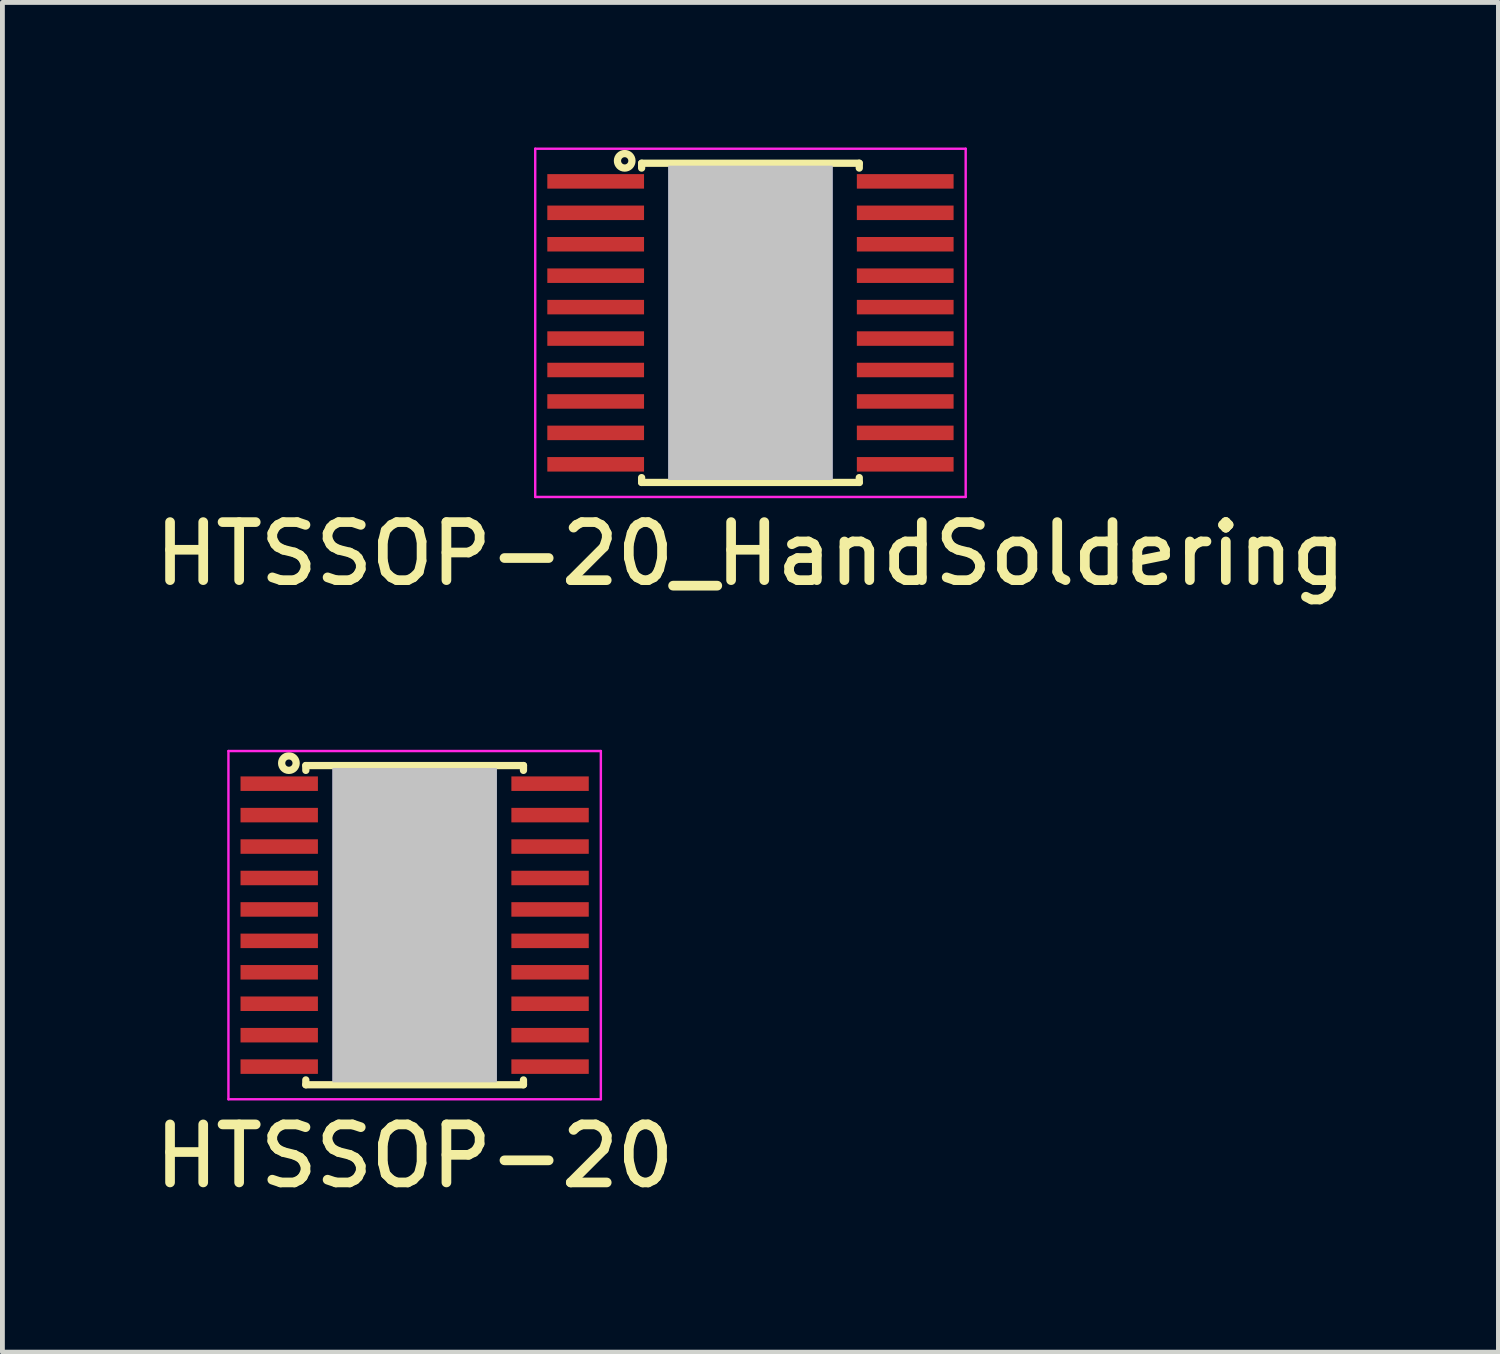
<source format=kicad_pcb>
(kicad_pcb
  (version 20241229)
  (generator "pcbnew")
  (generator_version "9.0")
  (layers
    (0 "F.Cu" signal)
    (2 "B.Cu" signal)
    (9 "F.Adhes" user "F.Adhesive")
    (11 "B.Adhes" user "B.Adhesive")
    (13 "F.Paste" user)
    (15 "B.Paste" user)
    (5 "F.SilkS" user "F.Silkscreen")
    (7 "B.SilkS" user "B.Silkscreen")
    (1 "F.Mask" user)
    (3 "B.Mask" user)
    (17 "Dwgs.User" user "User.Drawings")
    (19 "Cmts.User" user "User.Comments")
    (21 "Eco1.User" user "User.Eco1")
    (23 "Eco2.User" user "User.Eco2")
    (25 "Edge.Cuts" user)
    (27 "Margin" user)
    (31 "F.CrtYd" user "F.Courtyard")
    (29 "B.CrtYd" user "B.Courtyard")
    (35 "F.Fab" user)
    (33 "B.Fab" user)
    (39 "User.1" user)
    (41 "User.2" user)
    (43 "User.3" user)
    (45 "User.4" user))
  (footprint "HTSSOP-20_HandSoldering"
    (layer "F.Cu")
    (at 12.466 3.625)
    (property "Reference" "HTSSOP-20_HandSoldering" (at 0 4.775 0) (layer "F.SilkS") (effects (font (size 1.2 1.2) (thickness 0.2))))
    (attr through_hole)
    (fp_line (start -2.25 -3.3) (end -2.25 -3.2) (stroke (width 0.15) (type solid)) (layer "F.SilkS"))
    (fp_line (start -2.25 -3.3) (end 2.25 -3.3) (stroke (width 0.15) (type solid)) (layer "F.SilkS"))
    (fp_line (start -2.25 3.3) (end -2.25 3.2) (stroke (width 0.15) (type solid)) (layer "F.SilkS"))
    (fp_line (start -2.25 3.3) (end 2.25 3.3) (stroke (width 0.15) (type solid)) (layer "F.SilkS"))
    (fp_line (start 2.25 -3.3) (end 2.25 -3.2) (stroke (width 0.15) (type solid)) (layer "F.SilkS"))
    (fp_line (start 2.25 3.3) (end 2.25 3.2) (stroke (width 0.15) (type solid)) (layer "F.SilkS"))
    (fp_circle (center -2.6 -3.35) (end -2.45 -3.35) (stroke (width 0.15) (type solid)) (fill no) (layer "F.SilkS"))
    (fp_line (start -4.45 -3.6) (end 4.45 -3.6) (stroke (width 0.05) (type solid)) (layer "F.CrtYd"))
    (fp_line (start -4.45 3.6) (end -4.45 -3.6) (stroke (width 0.05) (type solid)) (layer "F.CrtYd"))
    (fp_line (start 4.45 -3.6) (end 4.45 3.6) (stroke (width 0.05) (type solid)) (layer "F.CrtYd"))
    (fp_line (start 4.45 3.6) (end -4.45 3.6) (stroke (width 0.05) (type solid)) (layer "F.CrtYd"))
    (pad "1" smd rect (at -3.2 -2.925) (size 2 0.3) (layers "F.Cu" "F.Mask" "F.Paste"))
    (pad "2" smd rect (at -3.2 -2.275) (size 2 0.3) (layers "F.Cu" "F.Mask" "F.Paste"))
    (pad "3" smd rect (at -3.2 -1.625) (size 2 0.3) (layers "F.Cu" "F.Mask" "F.Paste"))
    (pad "4" smd rect (at -3.2 -0.975) (size 2 0.3) (layers "F.Cu" "F.Mask" "F.Paste"))
    (pad "5" smd rect (at -3.2 -0.325) (size 2 0.3) (layers "F.Cu" "F.Mask" "F.Paste"))
    (pad "6" smd rect (at -3.2 0.325) (size 2 0.3) (layers "F.Cu" "F.Mask" "F.Paste"))
    (pad "7" smd rect (at -3.2 0.975) (size 2 0.3) (layers "F.Cu" "F.Mask" "F.Paste"))
    (pad "8" smd rect (at -3.2 1.625) (size 2 0.3) (layers "F.Cu" "F.Mask" "F.Paste"))
    (pad "9" smd rect (at -3.2 2.275) (size 2 0.3) (layers "F.Cu" "F.Mask" "F.Paste"))
    (pad "10" smd rect (at -3.2 2.925) (size 2 0.3) (layers "F.Cu" "F.Mask" "F.Paste"))
    (pad "11" smd rect (at 3.2 2.925) (size 2 0.3) (layers "F.Cu" "F.Mask" "F.Paste"))
    (pad "12" smd rect (at 3.2 2.275) (size 2 0.3) (layers "F.Cu" "F.Mask" "F.Paste"))
    (pad "13" smd rect (at 3.2 1.625) (size 2 0.3) (layers "F.Cu" "F.Mask" "F.Paste"))
    (pad "14" smd rect (at 3.2 0.975) (size 2 0.3) (layers "F.Cu" "F.Mask" "F.Paste"))
    (pad "15" smd rect (at 3.2 0.325) (size 2 0.3) (layers "F.Cu" "F.Mask" "F.Paste"))
    (pad "16" smd rect (at 3.2 -0.325) (size 2 0.3) (layers "F.Cu" "F.Mask" "F.Paste"))
    (pad "17" smd rect (at 3.2 -0.975) (size 2 0.3) (layers "F.Cu" "F.Mask" "F.Paste"))
    (pad "18" smd rect (at 3.2 -1.625) (size 2 0.3) (layers "F.Cu" "F.Mask" "F.Paste"))
    (pad "19" smd rect (at 3.2 -2.275) (size 2 0.3) (layers "F.Cu" "F.Mask" "F.Paste"))
    (pad "20" smd rect (at 3.2 -2.925) (size 2 0.3) (layers "F.Cu" "F.Mask" "F.Paste"))
    (pad "ThP" smd rect (at 0 0) (size 2.75 3.43) (layers "*.Cu" "*.Mask" "F.Paste"))
    (pad "ThP" smd rect (at 0 0) (size 3.4 6.5) (layers "*.Cu" "Dwgs.User")))
  (footprint "HTSSOP-20"
    (layer "F.Cu")
    (at 5.523 16.078)
    (property "Reference" "HTSSOP-20" (at 0 4.775 0) (layer "F.SilkS") (effects (font (size 1.2 1.2) (thickness 0.2))))
    (attr through_hole)
    (fp_line (start -2.25 -3.3) (end -2.25 -3.2) (stroke (width 0.15) (type solid)) (layer "F.SilkS"))
    (fp_line (start -2.25 -3.3) (end 2.25 -3.3) (stroke (width 0.15) (type solid)) (layer "F.SilkS"))
    (fp_line (start -2.25 3.3) (end -2.25 3.2) (stroke (width 0.15) (type solid)) (layer "F.SilkS"))
    (fp_line (start -2.25 3.3) (end 2.25 3.3) (stroke (width 0.15) (type solid)) (layer "F.SilkS"))
    (fp_line (start 2.25 -3.3) (end 2.25 -3.2) (stroke (width 0.15) (type solid)) (layer "F.SilkS"))
    (fp_line (start 2.25 3.3) (end 2.25 3.2) (stroke (width 0.15) (type solid)) (layer "F.SilkS"))
    (fp_circle (center -2.6 -3.35) (end -2.45 -3.35) (stroke (width 0.15) (type solid)) (fill no) (layer "F.SilkS"))
    (fp_line (start -3.85 -3.6) (end 3.85 -3.6) (stroke (width 0.05) (type solid)) (layer "F.CrtYd"))
    (fp_line (start -3.85 3.6) (end -3.85 -3.6) (stroke (width 0.05) (type solid)) (layer "F.CrtYd"))
    (fp_line (start 3.85 -3.6) (end 3.85 3.6) (stroke (width 0.05) (type solid)) (layer "F.CrtYd"))
    (fp_line (start 3.85 3.6) (end -3.85 3.6) (stroke (width 0.05) (type solid)) (layer "F.CrtYd"))
    (pad "1" smd rect (at -2.8 -2.925) (size 1.6 0.3) (layers "F.Cu" "F.Mask" "F.Paste"))
    (pad "2" smd rect (at -2.8 -2.275) (size 1.6 0.3) (layers "F.Cu" "F.Mask" "F.Paste"))
    (pad "3" smd rect (at -2.8 -1.625) (size 1.6 0.3) (layers "F.Cu" "F.Mask" "F.Paste"))
    (pad "4" smd rect (at -2.8 -0.975) (size 1.6 0.3) (layers "F.Cu" "F.Mask" "F.Paste"))
    (pad "5" smd rect (at -2.8 -0.325) (size 1.6 0.3) (layers "F.Cu" "F.Mask" "F.Paste"))
    (pad "6" smd rect (at -2.8 0.325) (size 1.6 0.3) (layers "F.Cu" "F.Mask" "F.Paste"))
    (pad "7" smd rect (at -2.8 0.975) (size 1.6 0.3) (layers "F.Cu" "F.Mask" "F.Paste"))
    (pad "8" smd rect (at -2.8 1.625) (size 1.6 0.3) (layers "F.Cu" "F.Mask" "F.Paste"))
    (pad "9" smd rect (at -2.8 2.275) (size 1.6 0.3) (layers "F.Cu" "F.Mask" "F.Paste"))
    (pad "10" smd rect (at -2.8 2.925) (size 1.6 0.3) (layers "F.Cu" "F.Mask" "F.Paste"))
    (pad "11" smd rect (at 2.8 2.925) (size 1.6 0.3) (layers "F.Cu" "F.Mask" "F.Paste"))
    (pad "12" smd rect (at 2.8 2.275) (size 1.6 0.3) (layers "F.Cu" "F.Mask" "F.Paste"))
    (pad "13" smd rect (at 2.8 1.625) (size 1.6 0.3) (layers "F.Cu" "F.Mask" "F.Paste"))
    (pad "14" smd rect (at 2.8 0.975) (size 1.6 0.3) (layers "F.Cu" "F.Mask" "F.Paste"))
    (pad "15" smd rect (at 2.8 0.325) (size 1.6 0.3) (layers "F.Cu" "F.Mask" "F.Paste"))
    (pad "16" smd rect (at 2.8 -0.325) (size 1.6 0.3) (layers "F.Cu" "F.Mask" "F.Paste"))
    (pad "17" smd rect (at 2.8 -0.975) (size 1.6 0.3) (layers "F.Cu" "F.Mask" "F.Paste"))
    (pad "18" smd rect (at 2.8 -1.625) (size 1.6 0.3) (layers "F.Cu" "F.Mask" "F.Paste"))
    (pad "19" smd rect (at 2.8 -2.275) (size 1.6 0.3) (layers "F.Cu" "F.Mask" "F.Paste"))
    (pad "20" smd rect (at 2.8 -2.925) (size 1.6 0.3) (layers "F.Cu" "F.Mask" "F.Paste"))
    (pad "ThP" smd rect (at 0 0) (size 2.75 3.43) (layers "*.Cu" "*.Mask" "F.Paste"))
    (pad "ThP" smd rect (at 0 0) (size 3.4 6.5) (layers "*.Cu" "Dwgs.User")))
  (gr_rect
    (start -3 -3)
    (end 27.931 24.906)
    (stroke (width 0.1) (type default))
    (fill no)
    (layer "Edge.Cuts")))
</source>
